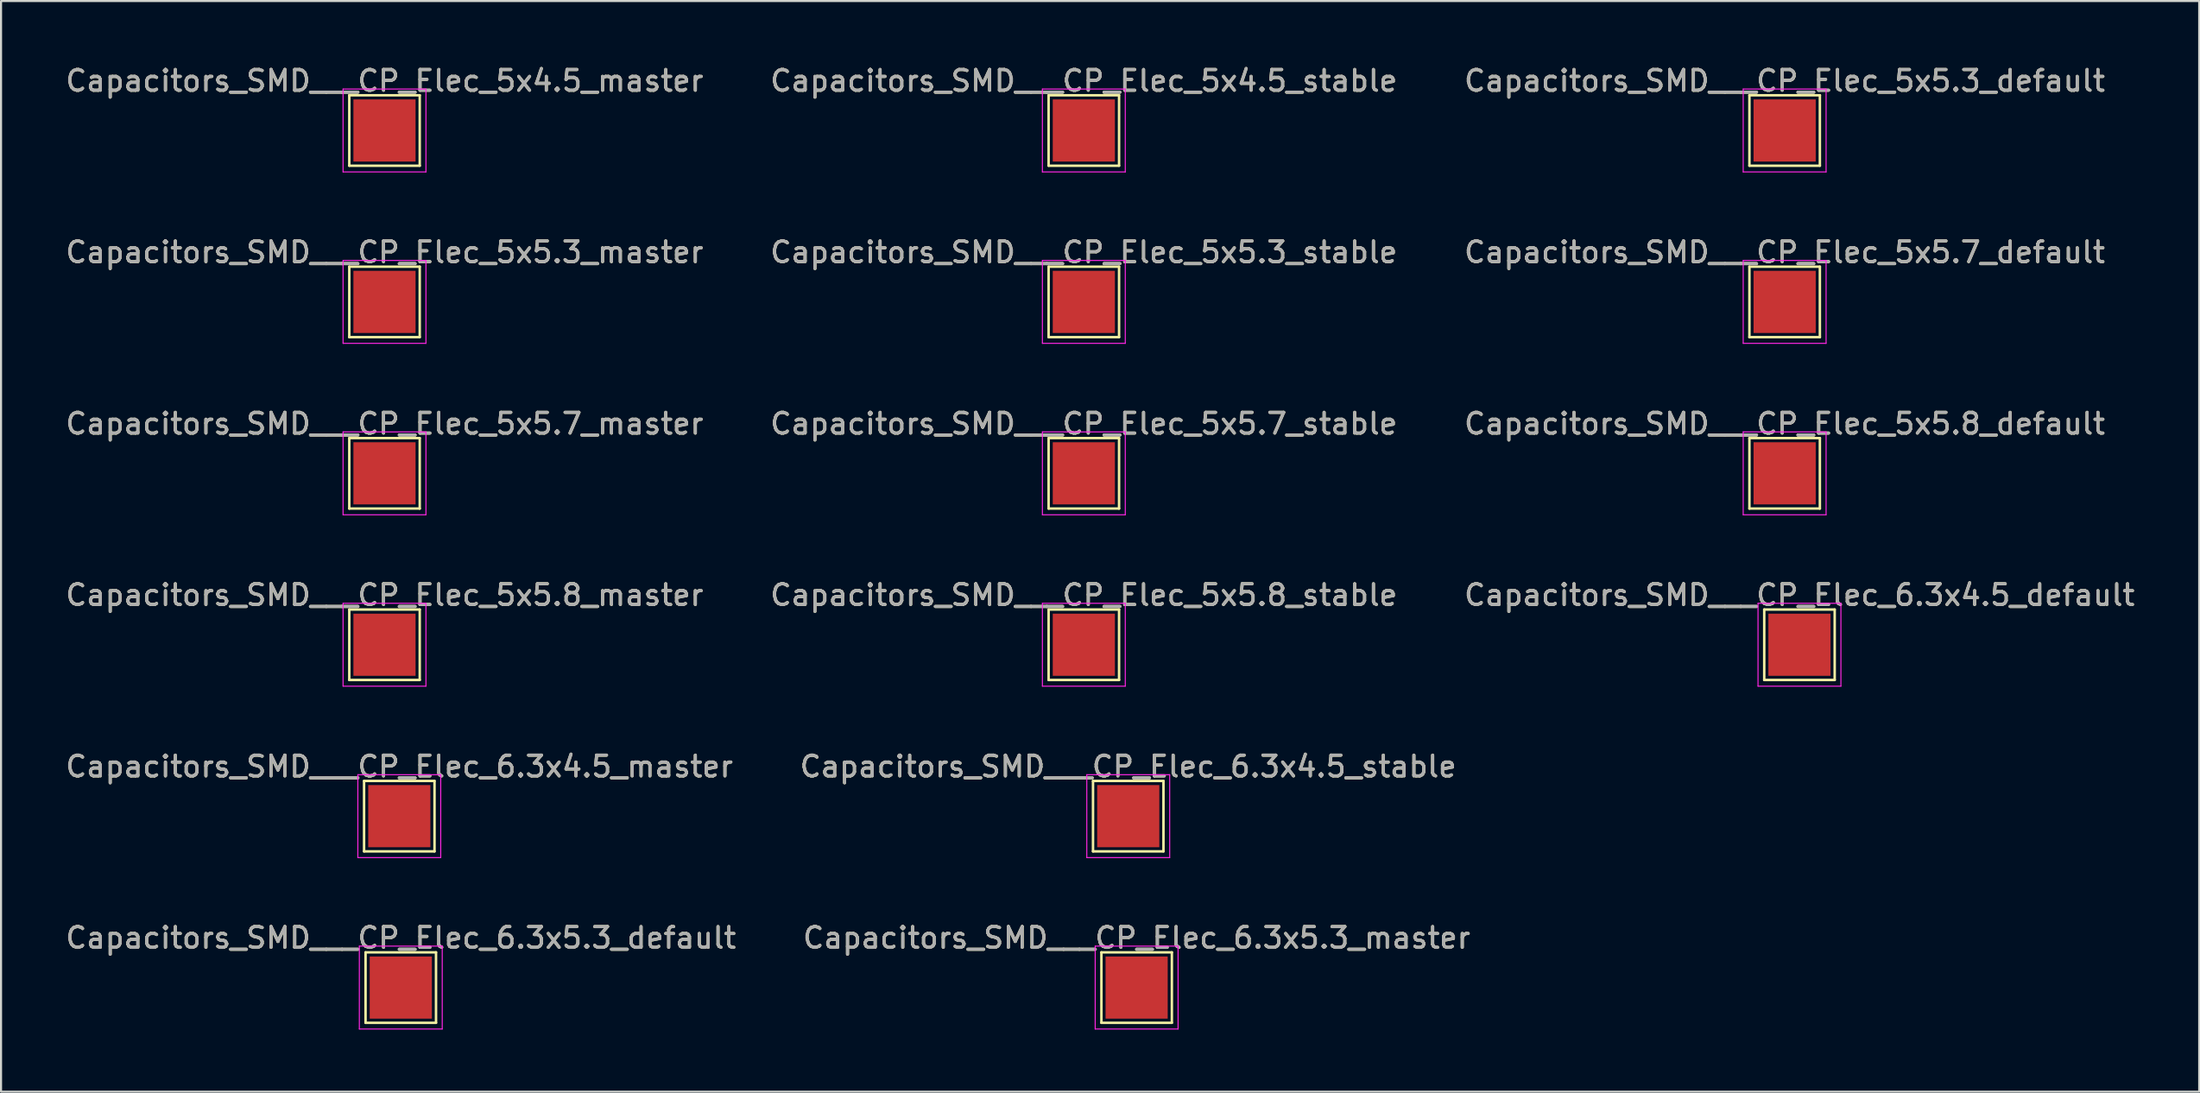
<source format=kicad_pcb>
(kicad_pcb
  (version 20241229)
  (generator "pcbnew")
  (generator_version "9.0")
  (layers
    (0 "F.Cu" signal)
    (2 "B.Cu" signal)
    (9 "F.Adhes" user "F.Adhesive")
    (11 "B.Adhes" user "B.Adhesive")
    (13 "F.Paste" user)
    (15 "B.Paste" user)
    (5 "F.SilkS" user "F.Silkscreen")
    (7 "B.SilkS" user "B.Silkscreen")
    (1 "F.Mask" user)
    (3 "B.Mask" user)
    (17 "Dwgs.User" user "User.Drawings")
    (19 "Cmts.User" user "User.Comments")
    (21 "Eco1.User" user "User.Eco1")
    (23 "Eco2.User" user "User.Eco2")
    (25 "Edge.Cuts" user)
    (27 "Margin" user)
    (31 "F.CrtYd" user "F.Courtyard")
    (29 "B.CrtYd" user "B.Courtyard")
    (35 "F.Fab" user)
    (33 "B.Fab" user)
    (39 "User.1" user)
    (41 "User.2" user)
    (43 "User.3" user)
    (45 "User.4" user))
  (footprint "Capacitors_SMD___CP_Elec_5x4.5_master"
    (layer "F.Cu")
    (at 15.506 3.248)
    (property "Reference" "Capacitors_SMD___CP_Elec_5x4.5_master" (at 0 -2.398 0) (layer "F.SilkS") (effects (font (size 1 1) (thickness 0.15))))
    (attr exclude_from_pos_files exclude_from_bom)
    (fp_line (start -1.7 -1.7) (end 1.7 -1.7) (stroke (width 0.12) (type solid)) (layer "F.SilkS"))
    (fp_line (start -1.7 1.7) (end -1.7 -1.7) (stroke (width 0.12) (type solid)) (layer "F.SilkS"))
    (fp_line (start 1.7 -1.7) (end 1.7 1.7) (stroke (width 0.12) (type solid)) (layer "F.SilkS"))
    (fp_line (start 1.7 1.7) (end -1.7 1.7) (stroke (width 0.12) (type solid)) (layer "F.SilkS"))
    (fp_line (start -2 -2) (end -2 2) (stroke (width 0.05) (type solid)) (layer "F.CrtYd"))
    (fp_line (start -2 -2) (end 2 -2) (stroke (width 0.05) (type solid)) (layer "F.CrtYd"))
    (fp_line (start 2 2) (end -2 2) (stroke (width 0.05) (type solid)) (layer "F.CrtYd"))
    (fp_line (start 2 2) (end 2 -2) (stroke (width 0.05) (type solid)) (layer "F.CrtYd"))
    (fp_text user "${REFERENCE}" (at 0 -2.4 0) (layer "F.Fab") (effects (font (size 1 1) (thickness 0.15))))
    (pad "1" smd rect (at 0 0) (size 3 3) (layers "F.Cu" "F.Mask")))
  (footprint "Capacitors_SMD___CP_Elec_5x5.8_stable"
    (layer "F.Cu")
    (at 49.256 28.068)
    (property "Reference" "Capacitors_SMD___CP_Elec_5x5.8_stable" (at 0 -2.398 0) (layer "F.SilkS") (effects (font (size 1 1) (thickness 0.15))))
    (attr exclude_from_pos_files exclude_from_bom)
    (fp_line (start -1.7 -1.7) (end 1.7 -1.7) (stroke (width 0.12) (type solid)) (layer "F.SilkS"))
    (fp_line (start -1.7 1.7) (end -1.7 -1.7) (stroke (width 0.12) (type solid)) (layer "F.SilkS"))
    (fp_line (start 1.7 -1.7) (end 1.7 1.7) (stroke (width 0.12) (type solid)) (layer "F.SilkS"))
    (fp_line (start 1.7 1.7) (end -1.7 1.7) (stroke (width 0.12) (type solid)) (layer "F.SilkS"))
    (fp_line (start -2 -2) (end -2 2) (stroke (width 0.05) (type solid)) (layer "F.CrtYd"))
    (fp_line (start -2 -2) (end 2 -2) (stroke (width 0.05) (type solid)) (layer "F.CrtYd"))
    (fp_line (start 2 2) (end -2 2) (stroke (width 0.05) (type solid)) (layer "F.CrtYd"))
    (fp_line (start 2 2) (end 2 -2) (stroke (width 0.05) (type solid)) (layer "F.CrtYd"))
    (fp_text user "${REFERENCE}" (at 0 -2.4 0) (layer "F.Fab") (effects (font (size 1 1) (thickness 0.15))))
    (pad "1" smd rect (at 0 0) (size 3 3) (layers "F.Cu" "F.Mask")))
  (footprint "Capacitors_SMD___CP_Elec_6.3x4.5_master"
    (layer "F.Cu")
    (at 16.22 36.341)
    (property "Reference" "Capacitors_SMD___CP_Elec_6.3x4.5_master" (at 0 -2.398 0) (layer "F.SilkS") (effects (font (size 1 1) (thickness 0.15))))
    (attr exclude_from_pos_files exclude_from_bom)
    (fp_line (start -1.7 -1.7) (end 1.7 -1.7) (stroke (width 0.12) (type solid)) (layer "F.SilkS"))
    (fp_line (start -1.7 1.7) (end -1.7 -1.7) (stroke (width 0.12) (type solid)) (layer "F.SilkS"))
    (fp_line (start 1.7 -1.7) (end 1.7 1.7) (stroke (width 0.12) (type solid)) (layer "F.SilkS"))
    (fp_line (start 1.7 1.7) (end -1.7 1.7) (stroke (width 0.12) (type solid)) (layer "F.SilkS"))
    (fp_line (start -2 -2) (end -2 2) (stroke (width 0.05) (type solid)) (layer "F.CrtYd"))
    (fp_line (start -2 -2) (end 2 -2) (stroke (width 0.05) (type solid)) (layer "F.CrtYd"))
    (fp_line (start 2 2) (end -2 2) (stroke (width 0.05) (type solid)) (layer "F.CrtYd"))
    (fp_line (start 2 2) (end 2 -2) (stroke (width 0.05) (type solid)) (layer "F.CrtYd"))
    (fp_text user "${REFERENCE}" (at 0 -2.4 0) (layer "F.Fab") (effects (font (size 1 1) (thickness 0.15))))
    (pad "1" smd rect (at 0 0) (size 3 3) (layers "F.Cu" "F.Mask")))
  (footprint "Capacitors_SMD___CP_Elec_5x5.7_default"
    (layer "F.Cu")
    (at 83.077 11.521)
    (property "Reference" "Capacitors_SMD___CP_Elec_5x5.7_default" (at 0 -2.398 0) (layer "F.SilkS") (effects (font (size 1 1) (thickness 0.15))))
    (attr exclude_from_pos_files exclude_from_bom)
    (fp_line (start -1.7 -1.7) (end 1.7 -1.7) (stroke (width 0.12) (type solid)) (layer "F.SilkS"))
    (fp_line (start -1.7 1.7) (end -1.7 -1.7) (stroke (width 0.12) (type solid)) (layer "F.SilkS"))
    (fp_line (start 1.7 -1.7) (end 1.7 1.7) (stroke (width 0.12) (type solid)) (layer "F.SilkS"))
    (fp_line (start 1.7 1.7) (end -1.7 1.7) (stroke (width 0.12) (type solid)) (layer "F.SilkS"))
    (fp_line (start -2 -2) (end -2 2) (stroke (width 0.05) (type solid)) (layer "F.CrtYd"))
    (fp_line (start -2 -2) (end 2 -2) (stroke (width 0.05) (type solid)) (layer "F.CrtYd"))
    (fp_line (start 2 2) (end -2 2) (stroke (width 0.05) (type solid)) (layer "F.CrtYd"))
    (fp_line (start 2 2) (end 2 -2) (stroke (width 0.05) (type solid)) (layer "F.CrtYd"))
    (fp_text user "${REFERENCE}" (at 0 -2.4 0) (layer "F.Fab") (effects (font (size 1 1) (thickness 0.15))))
    (pad "1" smd rect (at 0 0) (size 3 3) (layers "F.Cu" "F.Mask")))
  (footprint "Capacitors_SMD___CP_Elec_6.3x5.3_default"
    (layer "F.Cu")
    (at 16.292 44.614)
    (property "Reference" "Capacitors_SMD___CP_Elec_6.3x5.3_default" (at 0 -2.398 0) (layer "F.SilkS") (effects (font (size 1 1) (thickness 0.15))))
    (attr exclude_from_pos_files exclude_from_bom)
    (fp_line (start -1.7 -1.7) (end 1.7 -1.7) (stroke (width 0.12) (type solid)) (layer "F.SilkS"))
    (fp_line (start -1.7 1.7) (end -1.7 -1.7) (stroke (width 0.12) (type solid)) (layer "F.SilkS"))
    (fp_line (start 1.7 -1.7) (end 1.7 1.7) (stroke (width 0.12) (type solid)) (layer "F.SilkS"))
    (fp_line (start 1.7 1.7) (end -1.7 1.7) (stroke (width 0.12) (type solid)) (layer "F.SilkS"))
    (fp_line (start -2 -2) (end -2 2) (stroke (width 0.05) (type solid)) (layer "F.CrtYd"))
    (fp_line (start -2 -2) (end 2 -2) (stroke (width 0.05) (type solid)) (layer "F.CrtYd"))
    (fp_line (start 2 2) (end -2 2) (stroke (width 0.05) (type solid)) (layer "F.CrtYd"))
    (fp_line (start 2 2) (end 2 -2) (stroke (width 0.05) (type solid)) (layer "F.CrtYd"))
    (fp_text user "${REFERENCE}" (at 0 -2.4 0) (layer "F.Fab") (effects (font (size 1 1) (thickness 0.15))))
    (pad "1" smd rect (at 0 0) (size 3 3) (layers "F.Cu" "F.Mask")))
  (footprint "Capacitors_SMD___CP_Elec_5x5.7_stable"
    (layer "F.Cu")
    (at 49.256 19.795)
    (property "Reference" "Capacitors_SMD___CP_Elec_5x5.7_stable" (at 0 -2.398 0) (layer "F.SilkS") (effects (font (size 1 1) (thickness 0.15))))
    (attr exclude_from_pos_files exclude_from_bom)
    (fp_line (start -1.7 -1.7) (end 1.7 -1.7) (stroke (width 0.12) (type solid)) (layer "F.SilkS"))
    (fp_line (start -1.7 1.7) (end -1.7 -1.7) (stroke (width 0.12) (type solid)) (layer "F.SilkS"))
    (fp_line (start 1.7 -1.7) (end 1.7 1.7) (stroke (width 0.12) (type solid)) (layer "F.SilkS"))
    (fp_line (start 1.7 1.7) (end -1.7 1.7) (stroke (width 0.12) (type solid)) (layer "F.SilkS"))
    (fp_line (start -2 -2) (end -2 2) (stroke (width 0.05) (type solid)) (layer "F.CrtYd"))
    (fp_line (start -2 -2) (end 2 -2) (stroke (width 0.05) (type solid)) (layer "F.CrtYd"))
    (fp_line (start 2 2) (end -2 2) (stroke (width 0.05) (type solid)) (layer "F.CrtYd"))
    (fp_line (start 2 2) (end 2 -2) (stroke (width 0.05) (type solid)) (layer "F.CrtYd"))
    (fp_text user "${REFERENCE}" (at 0 -2.4 0) (layer "F.Fab") (effects (font (size 1 1) (thickness 0.15))))
    (pad "1" smd rect (at 0 0) (size 3 3) (layers "F.Cu" "F.Mask")))
  (footprint "Capacitors_SMD___CP_Elec_6.3x4.5_stable"
    (layer "F.Cu")
    (at 51.399 36.341)
    (property "Reference" "Capacitors_SMD___CP_Elec_6.3x4.5_stable" (at 0 -2.398 0) (layer "F.SilkS") (effects (font (size 1 1) (thickness 0.15))))
    (attr exclude_from_pos_files exclude_from_bom)
    (fp_line (start -1.7 -1.7) (end 1.7 -1.7) (stroke (width 0.12) (type solid)) (layer "F.SilkS"))
    (fp_line (start -1.7 1.7) (end -1.7 -1.7) (stroke (width 0.12) (type solid)) (layer "F.SilkS"))
    (fp_line (start 1.7 -1.7) (end 1.7 1.7) (stroke (width 0.12) (type solid)) (layer "F.SilkS"))
    (fp_line (start 1.7 1.7) (end -1.7 1.7) (stroke (width 0.12) (type solid)) (layer "F.SilkS"))
    (fp_line (start -2 -2) (end -2 2) (stroke (width 0.05) (type solid)) (layer "F.CrtYd"))
    (fp_line (start -2 -2) (end 2 -2) (stroke (width 0.05) (type solid)) (layer "F.CrtYd"))
    (fp_line (start 2 2) (end -2 2) (stroke (width 0.05) (type solid)) (layer "F.CrtYd"))
    (fp_line (start 2 2) (end 2 -2) (stroke (width 0.05) (type solid)) (layer "F.CrtYd"))
    (fp_text user "${REFERENCE}" (at 0 -2.4 0) (layer "F.Fab") (effects (font (size 1 1) (thickness 0.15))))
    (pad "1" smd rect (at 0 0) (size 3 3) (layers "F.Cu" "F.Mask")))
  (footprint "Capacitors_SMD___CP_Elec_5x5.3_master"
    (layer "F.Cu")
    (at 15.506 11.521)
    (property "Reference" "Capacitors_SMD___CP_Elec_5x5.3_master" (at 0 -2.398 0) (layer "F.SilkS") (effects (font (size 1 1) (thickness 0.15))))
    (attr exclude_from_pos_files exclude_from_bom)
    (fp_line (start -1.7 -1.7) (end 1.7 -1.7) (stroke (width 0.12) (type solid)) (layer "F.SilkS"))
    (fp_line (start -1.7 1.7) (end -1.7 -1.7) (stroke (width 0.12) (type solid)) (layer "F.SilkS"))
    (fp_line (start 1.7 -1.7) (end 1.7 1.7) (stroke (width 0.12) (type solid)) (layer "F.SilkS"))
    (fp_line (start 1.7 1.7) (end -1.7 1.7) (stroke (width 0.12) (type solid)) (layer "F.SilkS"))
    (fp_line (start -2 -2) (end -2 2) (stroke (width 0.05) (type solid)) (layer "F.CrtYd"))
    (fp_line (start -2 -2) (end 2 -2) (stroke (width 0.05) (type solid)) (layer "F.CrtYd"))
    (fp_line (start 2 2) (end -2 2) (stroke (width 0.05) (type solid)) (layer "F.CrtYd"))
    (fp_line (start 2 2) (end 2 -2) (stroke (width 0.05) (type solid)) (layer "F.CrtYd"))
    (fp_text user "${REFERENCE}" (at 0 -2.4 0) (layer "F.Fab") (effects (font (size 1 1) (thickness 0.15))))
    (pad "1" smd rect (at 0 0) (size 3 3) (layers "F.Cu" "F.Mask")))
  (footprint "Capacitors_SMD___CP_Elec_5x5.3_default"
    (layer "F.Cu")
    (at 83.077 3.248)
    (property "Reference" "Capacitors_SMD___CP_Elec_5x5.3_default" (at 0 -2.398 0) (layer "F.SilkS") (effects (font (size 1 1) (thickness 0.15))))
    (attr exclude_from_pos_files exclude_from_bom)
    (fp_line (start -1.7 -1.7) (end 1.7 -1.7) (stroke (width 0.12) (type solid)) (layer "F.SilkS"))
    (fp_line (start -1.7 1.7) (end -1.7 -1.7) (stroke (width 0.12) (type solid)) (layer "F.SilkS"))
    (fp_line (start 1.7 -1.7) (end 1.7 1.7) (stroke (width 0.12) (type solid)) (layer "F.SilkS"))
    (fp_line (start 1.7 1.7) (end -1.7 1.7) (stroke (width 0.12) (type solid)) (layer "F.SilkS"))
    (fp_line (start -2 -2) (end -2 2) (stroke (width 0.05) (type solid)) (layer "F.CrtYd"))
    (fp_line (start -2 -2) (end 2 -2) (stroke (width 0.05) (type solid)) (layer "F.CrtYd"))
    (fp_line (start 2 2) (end -2 2) (stroke (width 0.05) (type solid)) (layer "F.CrtYd"))
    (fp_line (start 2 2) (end 2 -2) (stroke (width 0.05) (type solid)) (layer "F.CrtYd"))
    (fp_text user "${REFERENCE}" (at 0 -2.4 0) (layer "F.Fab") (effects (font (size 1 1) (thickness 0.15))))
    (pad "1" smd rect (at 0 0) (size 3 3) (layers "F.Cu" "F.Mask")))
  (footprint "Capacitors_SMD___CP_Elec_6.3x5.3_master"
    (layer "F.Cu")
    (at 51.804 44.614)
    (property "Reference" "Capacitors_SMD___CP_Elec_6.3x5.3_master" (at 0 -2.398 0) (layer "F.SilkS") (effects (font (size 1 1) (thickness 0.15))))
    (attr exclude_from_pos_files exclude_from_bom)
    (fp_line (start -1.7 -1.7) (end 1.7 -1.7) (stroke (width 0.12) (type solid)) (layer "F.SilkS"))
    (fp_line (start -1.7 1.7) (end -1.7 -1.7) (stroke (width 0.12) (type solid)) (layer "F.SilkS"))
    (fp_line (start 1.7 -1.7) (end 1.7 1.7) (stroke (width 0.12) (type solid)) (layer "F.SilkS"))
    (fp_line (start 1.7 1.7) (end -1.7 1.7) (stroke (width 0.12) (type solid)) (layer "F.SilkS"))
    (fp_line (start -2 -2) (end -2 2) (stroke (width 0.05) (type solid)) (layer "F.CrtYd"))
    (fp_line (start -2 -2) (end 2 -2) (stroke (width 0.05) (type solid)) (layer "F.CrtYd"))
    (fp_line (start 2 2) (end -2 2) (stroke (width 0.05) (type solid)) (layer "F.CrtYd"))
    (fp_line (start 2 2) (end 2 -2) (stroke (width 0.05) (type solid)) (layer "F.CrtYd"))
    (fp_text user "${REFERENCE}" (at 0 -2.4 0) (layer "F.Fab") (effects (font (size 1 1) (thickness 0.15))))
    (pad "1" smd rect (at 0 0) (size 3 3) (layers "F.Cu" "F.Mask")))
  (footprint "Capacitors_SMD___CP_Elec_5x5.8_default"
    (layer "F.Cu")
    (at 83.077 19.795)
    (property "Reference" "Capacitors_SMD___CP_Elec_5x5.8_default" (at 0 -2.398 0) (layer "F.SilkS") (effects (font (size 1 1) (thickness 0.15))))
    (attr exclude_from_pos_files exclude_from_bom)
    (fp_line (start -1.7 -1.7) (end 1.7 -1.7) (stroke (width 0.12) (type solid)) (layer "F.SilkS"))
    (fp_line (start -1.7 1.7) (end -1.7 -1.7) (stroke (width 0.12) (type solid)) (layer "F.SilkS"))
    (fp_line (start 1.7 -1.7) (end 1.7 1.7) (stroke (width 0.12) (type solid)) (layer "F.SilkS"))
    (fp_line (start 1.7 1.7) (end -1.7 1.7) (stroke (width 0.12) (type solid)) (layer "F.SilkS"))
    (fp_line (start -2 -2) (end -2 2) (stroke (width 0.05) (type solid)) (layer "F.CrtYd"))
    (fp_line (start -2 -2) (end 2 -2) (stroke (width 0.05) (type solid)) (layer "F.CrtYd"))
    (fp_line (start 2 2) (end -2 2) (stroke (width 0.05) (type solid)) (layer "F.CrtYd"))
    (fp_line (start 2 2) (end 2 -2) (stroke (width 0.05) (type solid)) (layer "F.CrtYd"))
    (fp_text user "${REFERENCE}" (at 0 -2.4 0) (layer "F.Fab") (effects (font (size 1 1) (thickness 0.15))))
    (pad "1" smd rect (at 0 0) (size 3 3) (layers "F.Cu" "F.Mask")))
  (footprint "Capacitors_SMD___CP_Elec_5x5.7_master"
    (layer "F.Cu")
    (at 15.506 19.795)
    (property "Reference" "Capacitors_SMD___CP_Elec_5x5.7_master" (at 0 -2.398 0) (layer "F.SilkS") (effects (font (size 1 1) (thickness 0.15))))
    (attr exclude_from_pos_files exclude_from_bom)
    (fp_line (start -1.7 -1.7) (end 1.7 -1.7) (stroke (width 0.12) (type solid)) (layer "F.SilkS"))
    (fp_line (start -1.7 1.7) (end -1.7 -1.7) (stroke (width 0.12) (type solid)) (layer "F.SilkS"))
    (fp_line (start 1.7 -1.7) (end 1.7 1.7) (stroke (width 0.12) (type solid)) (layer "F.SilkS"))
    (fp_line (start 1.7 1.7) (end -1.7 1.7) (stroke (width 0.12) (type solid)) (layer "F.SilkS"))
    (fp_line (start -2 -2) (end -2 2) (stroke (width 0.05) (type solid)) (layer "F.CrtYd"))
    (fp_line (start -2 -2) (end 2 -2) (stroke (width 0.05) (type solid)) (layer "F.CrtYd"))
    (fp_line (start 2 2) (end -2 2) (stroke (width 0.05) (type solid)) (layer "F.CrtYd"))
    (fp_line (start 2 2) (end 2 -2) (stroke (width 0.05) (type solid)) (layer "F.CrtYd"))
    (fp_text user "${REFERENCE}" (at 0 -2.4 0) (layer "F.Fab") (effects (font (size 1 1) (thickness 0.15))))
    (pad "1" smd rect (at 0 0) (size 3 3) (layers "F.Cu" "F.Mask")))
  (footprint "Capacitors_SMD___CP_Elec_5x5.8_master"
    (layer "F.Cu")
    (at 15.506 28.068)
    (property "Reference" "Capacitors_SMD___CP_Elec_5x5.8_master" (at 0 -2.398 0) (layer "F.SilkS") (effects (font (size 1 1) (thickness 0.15))))
    (attr exclude_from_pos_files exclude_from_bom)
    (fp_line (start -1.7 -1.7) (end 1.7 -1.7) (stroke (width 0.12) (type solid)) (layer "F.SilkS"))
    (fp_line (start -1.7 1.7) (end -1.7 -1.7) (stroke (width 0.12) (type solid)) (layer "F.SilkS"))
    (fp_line (start 1.7 -1.7) (end 1.7 1.7) (stroke (width 0.12) (type solid)) (layer "F.SilkS"))
    (fp_line (start 1.7 1.7) (end -1.7 1.7) (stroke (width 0.12) (type solid)) (layer "F.SilkS"))
    (fp_line (start -2 -2) (end -2 2) (stroke (width 0.05) (type solid)) (layer "F.CrtYd"))
    (fp_line (start -2 -2) (end 2 -2) (stroke (width 0.05) (type solid)) (layer "F.CrtYd"))
    (fp_line (start 2 2) (end -2 2) (stroke (width 0.05) (type solid)) (layer "F.CrtYd"))
    (fp_line (start 2 2) (end 2 -2) (stroke (width 0.05) (type solid)) (layer "F.CrtYd"))
    (fp_text user "${REFERENCE}" (at 0 -2.4 0) (layer "F.Fab") (effects (font (size 1 1) (thickness 0.15))))
    (pad "1" smd rect (at 0 0) (size 3 3) (layers "F.Cu" "F.Mask")))
  (footprint "Capacitors_SMD___CP_Elec_6.3x4.5_default"
    (layer "F.Cu")
    (at 83.792 28.068)
    (property "Reference" "Capacitors_SMD___CP_Elec_6.3x4.5_default" (at 0 -2.398 0) (layer "F.SilkS") (effects (font (size 1 1) (thickness 0.15))))
    (attr exclude_from_pos_files exclude_from_bom)
    (fp_line (start -1.7 -1.7) (end 1.7 -1.7) (stroke (width 0.12) (type solid)) (layer "F.SilkS"))
    (fp_line (start -1.7 1.7) (end -1.7 -1.7) (stroke (width 0.12) (type solid)) (layer "F.SilkS"))
    (fp_line (start 1.7 -1.7) (end 1.7 1.7) (stroke (width 0.12) (type solid)) (layer "F.SilkS"))
    (fp_line (start 1.7 1.7) (end -1.7 1.7) (stroke (width 0.12) (type solid)) (layer "F.SilkS"))
    (fp_line (start -2 -2) (end -2 2) (stroke (width 0.05) (type solid)) (layer "F.CrtYd"))
    (fp_line (start -2 -2) (end 2 -2) (stroke (width 0.05) (type solid)) (layer "F.CrtYd"))
    (fp_line (start 2 2) (end -2 2) (stroke (width 0.05) (type solid)) (layer "F.CrtYd"))
    (fp_line (start 2 2) (end 2 -2) (stroke (width 0.05) (type solid)) (layer "F.CrtYd"))
    (fp_text user "${REFERENCE}" (at 0 -2.4 0) (layer "F.Fab") (effects (font (size 1 1) (thickness 0.15))))
    (pad "1" smd rect (at 0 0) (size 3 3) (layers "F.Cu" "F.Mask")))
  (footprint "Capacitors_SMD___CP_Elec_5x5.3_stable"
    (layer "F.Cu")
    (at 49.256 11.521)
    (property "Reference" "Capacitors_SMD___CP_Elec_5x5.3_stable" (at 0 -2.398 0) (layer "F.SilkS") (effects (font (size 1 1) (thickness 0.15))))
    (attr exclude_from_pos_files exclude_from_bom)
    (fp_line (start -1.7 -1.7) (end 1.7 -1.7) (stroke (width 0.12) (type solid)) (layer "F.SilkS"))
    (fp_line (start -1.7 1.7) (end -1.7 -1.7) (stroke (width 0.12) (type solid)) (layer "F.SilkS"))
    (fp_line (start 1.7 -1.7) (end 1.7 1.7) (stroke (width 0.12) (type solid)) (layer "F.SilkS"))
    (fp_line (start 1.7 1.7) (end -1.7 1.7) (stroke (width 0.12) (type solid)) (layer "F.SilkS"))
    (fp_line (start -2 -2) (end -2 2) (stroke (width 0.05) (type solid)) (layer "F.CrtYd"))
    (fp_line (start -2 -2) (end 2 -2) (stroke (width 0.05) (type solid)) (layer "F.CrtYd"))
    (fp_line (start 2 2) (end -2 2) (stroke (width 0.05) (type solid)) (layer "F.CrtYd"))
    (fp_line (start 2 2) (end 2 -2) (stroke (width 0.05) (type solid)) (layer "F.CrtYd"))
    (fp_text user "${REFERENCE}" (at 0 -2.4 0) (layer "F.Fab") (effects (font (size 1 1) (thickness 0.15))))
    (pad "1" smd rect (at 0 0) (size 3 3) (layers "F.Cu" "F.Mask")))
  (footprint "Capacitors_SMD___CP_Elec_5x4.5_stable"
    (layer "F.Cu")
    (at 49.256 3.248)
    (property "Reference" "Capacitors_SMD___CP_Elec_5x4.5_stable" (at 0 -2.398 0) (layer "F.SilkS") (effects (font (size 1 1) (thickness 0.15))))
    (attr exclude_from_pos_files exclude_from_bom)
    (fp_line (start -1.7 -1.7) (end 1.7 -1.7) (stroke (width 0.12) (type solid)) (layer "F.SilkS"))
    (fp_line (start -1.7 1.7) (end -1.7 -1.7) (stroke (width 0.12) (type solid)) (layer "F.SilkS"))
    (fp_line (start 1.7 -1.7) (end 1.7 1.7) (stroke (width 0.12) (type solid)) (layer "F.SilkS"))
    (fp_line (start 1.7 1.7) (end -1.7 1.7) (stroke (width 0.12) (type solid)) (layer "F.SilkS"))
    (fp_line (start -2 -2) (end -2 2) (stroke (width 0.05) (type solid)) (layer "F.CrtYd"))
    (fp_line (start -2 -2) (end 2 -2) (stroke (width 0.05) (type solid)) (layer "F.CrtYd"))
    (fp_line (start 2 2) (end -2 2) (stroke (width 0.05) (type solid)) (layer "F.CrtYd"))
    (fp_line (start 2 2) (end 2 -2) (stroke (width 0.05) (type solid)) (layer "F.CrtYd"))
    (fp_text user "${REFERENCE}" (at 0 -2.4 0) (layer "F.Fab") (effects (font (size 1 1) (thickness 0.15))))
    (pad "1" smd rect (at 0 0) (size 3 3) (layers "F.Cu" "F.Mask")))
  (gr_rect
    (start -3 -3)
    (end 103.083 49.639)
    (stroke (width 0.1) (type default))
    (fill no)
    (layer "Edge.Cuts")))
</source>
